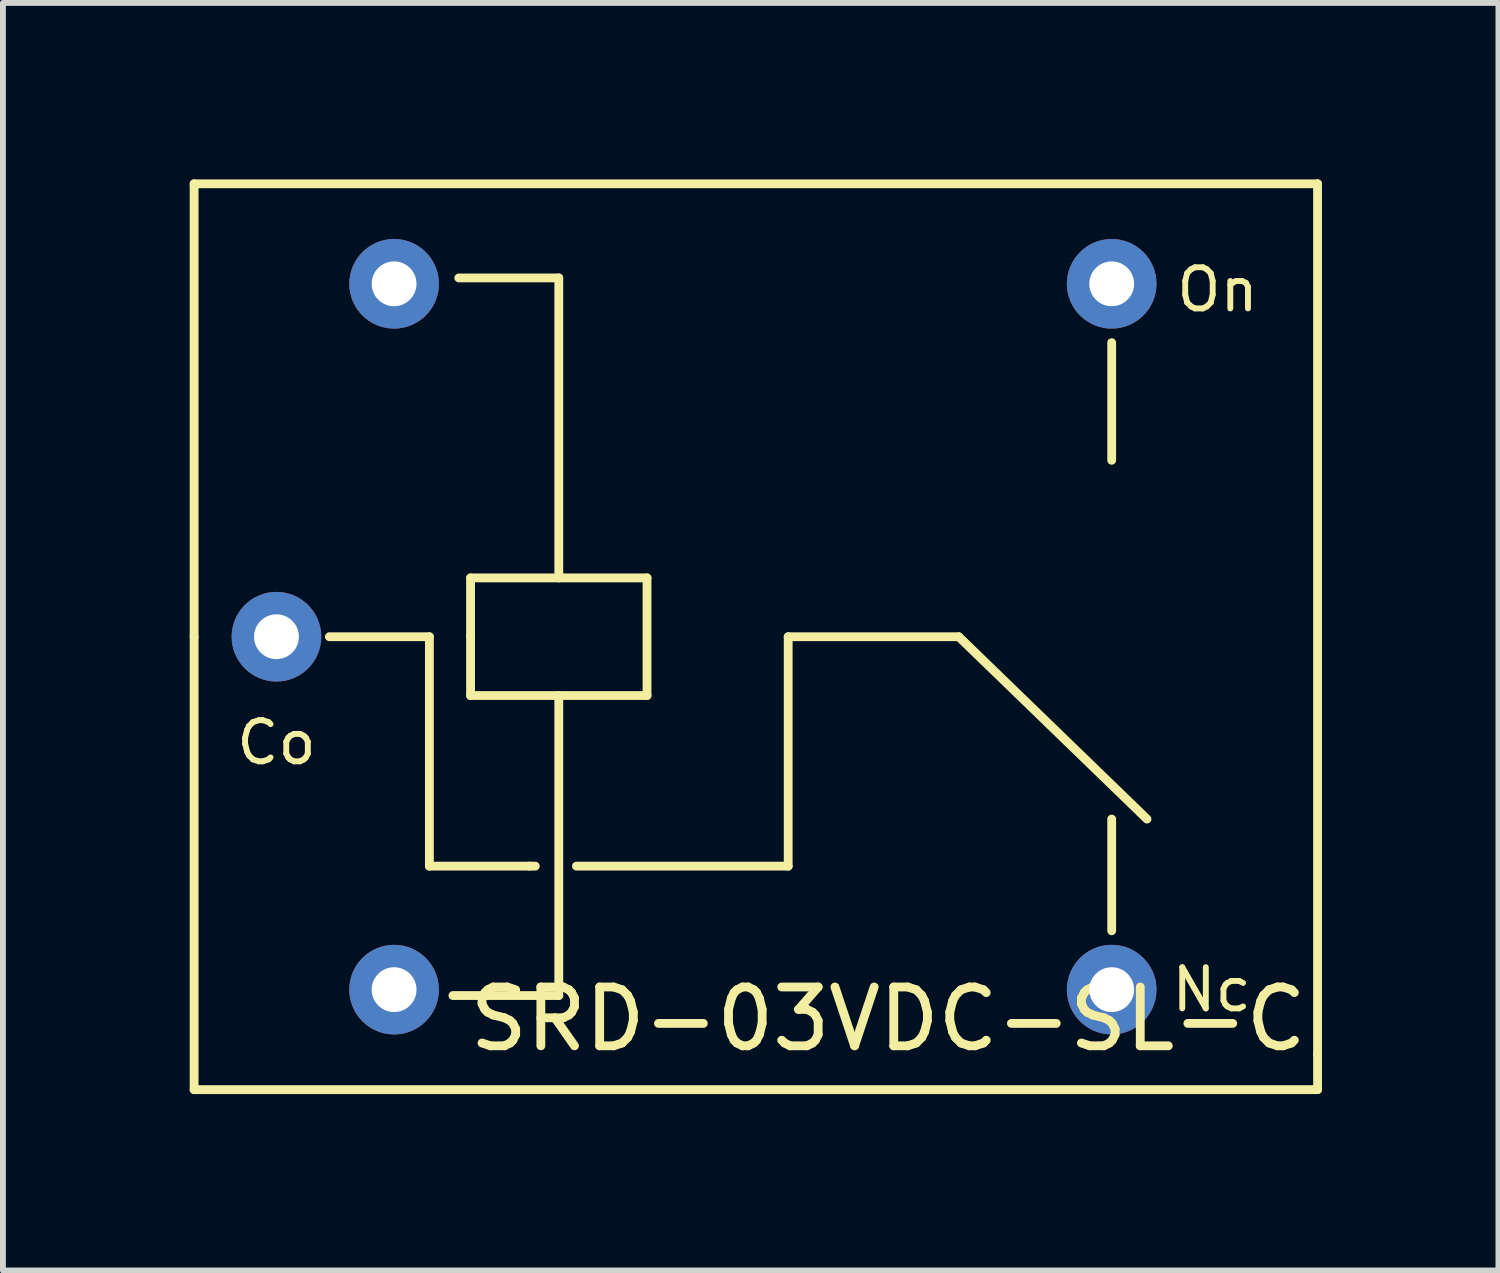
<source format=kicad_pcb>
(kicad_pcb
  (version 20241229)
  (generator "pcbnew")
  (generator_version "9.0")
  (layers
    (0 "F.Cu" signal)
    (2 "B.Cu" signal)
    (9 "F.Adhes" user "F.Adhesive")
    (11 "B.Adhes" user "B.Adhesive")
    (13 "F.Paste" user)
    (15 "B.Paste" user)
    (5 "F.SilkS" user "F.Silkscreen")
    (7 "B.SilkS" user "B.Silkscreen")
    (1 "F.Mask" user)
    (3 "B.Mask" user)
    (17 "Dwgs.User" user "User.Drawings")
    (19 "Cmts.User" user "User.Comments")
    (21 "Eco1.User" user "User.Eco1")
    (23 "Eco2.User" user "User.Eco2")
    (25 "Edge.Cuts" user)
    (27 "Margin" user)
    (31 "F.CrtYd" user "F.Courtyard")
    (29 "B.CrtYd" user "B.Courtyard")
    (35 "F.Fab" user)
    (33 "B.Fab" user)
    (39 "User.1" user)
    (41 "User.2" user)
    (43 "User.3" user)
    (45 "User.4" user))
  (footprint "SRD-03VDC-SL-C"
    (layer "F.Cu")
    (at 0.25 7.775)
    (property "Reference" "SRD-03VDC-SL-C" (at 11.8 6.5 0) (layer "F.SilkS") (effects (font (size 1 1) (thickness 0.15))))
    (attr through_hole)
    (fp_line (start 0 -7.7) (end 19.1 -7.7) (stroke (width 0.15) (type solid)) (layer "F.SilkS"))
    (fp_line (start 0 0) (end 0 -7.7) (stroke (width 0.15) (type solid)) (layer "F.SilkS"))
    (fp_line (start 0 0) (end 0 7.7) (stroke (width 0.15) (type solid)) (layer "F.SilkS"))
    (fp_line (start 2.3 0) (end 4 0) (stroke (width 0.15) (type solid)) (layer "F.SilkS"))
    (fp_line (start 4 0) (end 4 3.9) (stroke (width 0.15) (type solid)) (layer "F.SilkS"))
    (fp_line (start 4 3.9) (end 5.7 3.9) (stroke (width 0.15) (type solid)) (layer "F.SilkS"))
    (fp_line (start 4.7 -1) (end 7.7 -1) (stroke (width 0.15) (type solid)) (layer "F.SilkS"))
    (fp_line (start 4.7 0) (end 4.7 -1) (stroke (width 0.15) (type solid)) (layer "F.SilkS"))
    (fp_line (start 4.7 1) (end 4.7 0) (stroke (width 0.15) (type solid)) (layer "F.SilkS"))
    (fp_line (start 5.7 3.9) (end 5.8 3.9) (stroke (width 0.15) (type solid)) (layer "F.SilkS"))
    (fp_line (start 6.2 -6.1) (end 4.5 -6.1) (stroke (width 0.15) (type solid)) (layer "F.SilkS"))
    (fp_line (start 6.2 -1) (end 6.2 -6.1) (stroke (width 0.15) (type solid)) (layer "F.SilkS"))
    (fp_line (start 6.2 1) (end 6.2 6.1) (stroke (width 0.15) (type solid)) (layer "F.SilkS"))
    (fp_line (start 6.2 6.1) (end 4.4 6.1) (stroke (width 0.15) (type solid)) (layer "F.SilkS"))
    (fp_line (start 6.5 3.9) (end 10.1 3.9) (stroke (width 0.15) (type solid)) (layer "F.SilkS"))
    (fp_line (start 7.7 -1) (end 7.7 1) (stroke (width 0.15) (type solid)) (layer "F.SilkS"))
    (fp_line (start 7.7 1) (end 4.7 1) (stroke (width 0.15) (type solid)) (layer "F.SilkS"))
    (fp_line (start 10.1 0) (end 13 0) (stroke (width 0.15) (type solid)) (layer "F.SilkS"))
    (fp_line (start 10.1 3.9) (end 10.1 0) (stroke (width 0.15) (type solid)) (layer "F.SilkS"))
    (fp_line (start 13 0) (end 16.2 3.1) (stroke (width 0.15) (type solid)) (layer "F.SilkS"))
    (fp_line (start 15.6 -3) (end 15.6 -5) (stroke (width 0.15) (type solid)) (layer "F.SilkS"))
    (fp_line (start 15.6 5) (end 15.6 3.1) (stroke (width 0.15) (type solid)) (layer "F.SilkS"))
    (fp_line (start 19.1 -7.7) (end 19.1 7.1) (stroke (width 0.15) (type solid)) (layer "F.SilkS"))
    (fp_line (start 19.1 7.1) (end 19.1 7.7) (stroke (width 0.15) (type solid)) (layer "F.SilkS"))
    (fp_line (start 19.1 7.7) (end 0 7.7) (stroke (width 0.15) (type solid)) (layer "F.SilkS"))
    (fp_text user "Nc" (at 17.3 6 0) (layer "F.SilkS") (effects (font (size 0.7 0.7) (thickness 0.1))))
    (fp_text user "On" (at 17.4 -5.9 0) (layer "F.SilkS") (effects (font (size 0.7 0.7) (thickness 0.1))))
    (fp_text user "Co" (at 1.4 1.8 0) (layer "F.SilkS") (effects (font (size 0.7 0.7) (thickness 0.1))))
    (pad "1" thru_hole circle (at 3.4 6) (size 1.524 1.524) (drill 0.762) (layers "*.Cu" "*.Mask"))
    (pad "2" thru_hole circle (at 15.6 6) (size 1.524 1.524) (drill 0.762) (layers "*.Cu" "*.Mask"))
    (pad "3" thru_hole circle (at 15.6 -6) (size 1.524 1.524) (drill 0.762) (layers "*.Cu" "*.Mask"))
    (pad "4" thru_hole circle (at 3.4 -6) (size 1.524 1.524) (drill 0.762) (layers "*.Cu" "*.Mask"))
    (pad "5" thru_hole circle (at 1.4 0) (size 1.524 1.524) (drill 0.762) (layers "*.Cu" "*.Mask")))
  (gr_rect
    (start -3 -3)
    (end 22.425 18.55)
    (stroke (width 0.1) (type default))
    (fill no)
    (layer "Edge.Cuts")))
</source>
